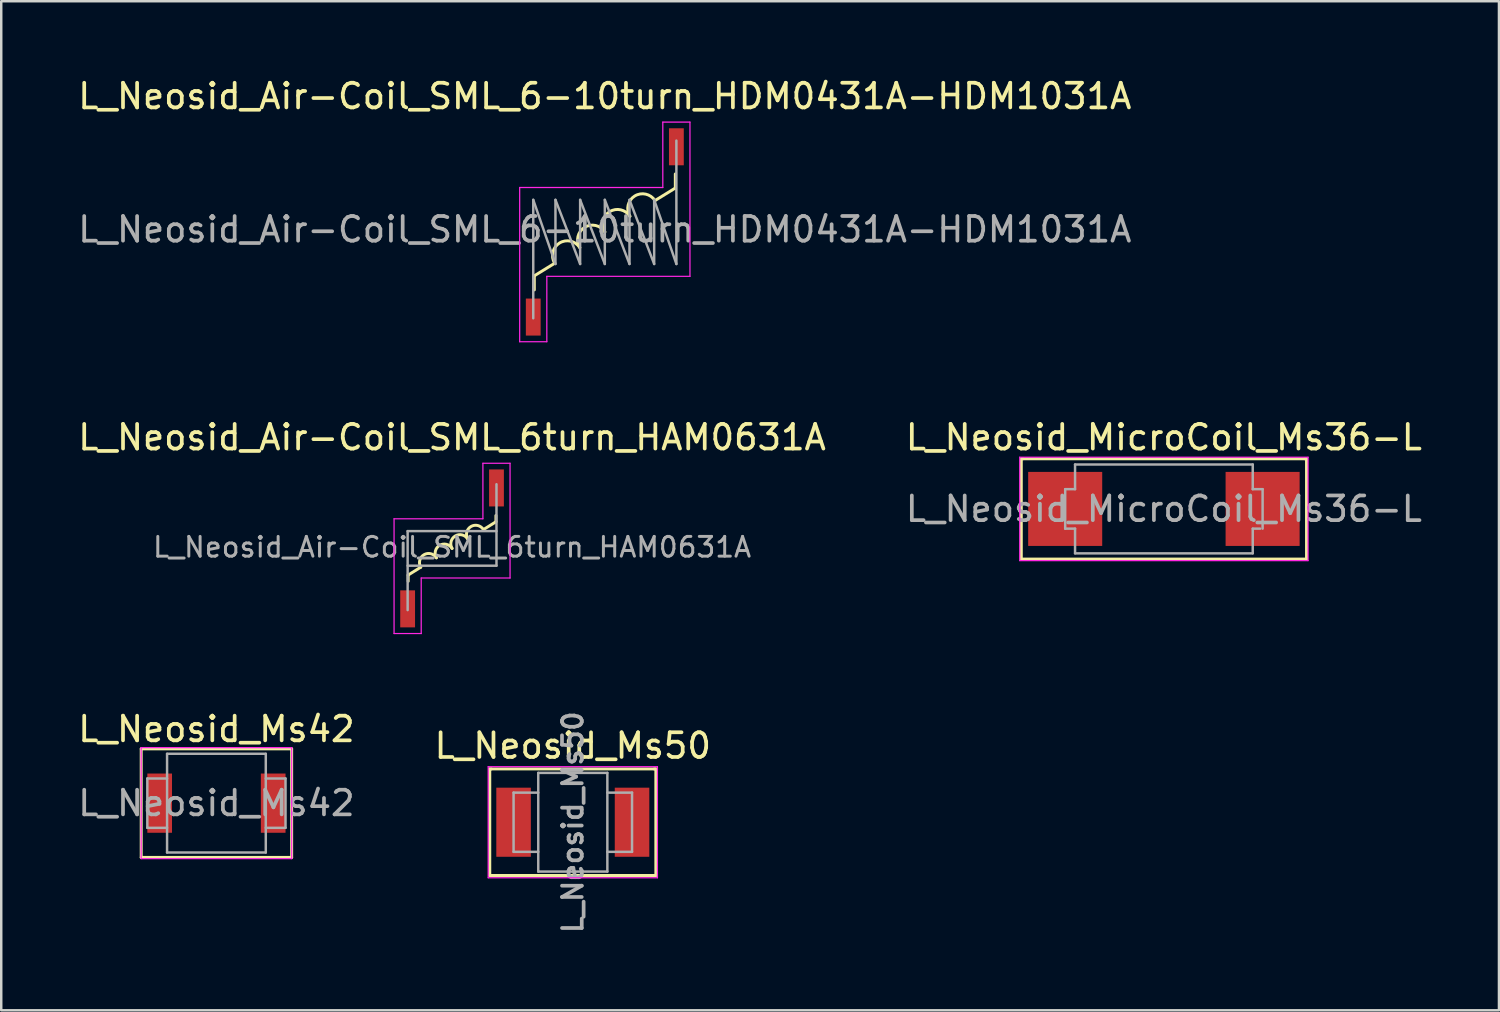
<source format=kicad_pcb>
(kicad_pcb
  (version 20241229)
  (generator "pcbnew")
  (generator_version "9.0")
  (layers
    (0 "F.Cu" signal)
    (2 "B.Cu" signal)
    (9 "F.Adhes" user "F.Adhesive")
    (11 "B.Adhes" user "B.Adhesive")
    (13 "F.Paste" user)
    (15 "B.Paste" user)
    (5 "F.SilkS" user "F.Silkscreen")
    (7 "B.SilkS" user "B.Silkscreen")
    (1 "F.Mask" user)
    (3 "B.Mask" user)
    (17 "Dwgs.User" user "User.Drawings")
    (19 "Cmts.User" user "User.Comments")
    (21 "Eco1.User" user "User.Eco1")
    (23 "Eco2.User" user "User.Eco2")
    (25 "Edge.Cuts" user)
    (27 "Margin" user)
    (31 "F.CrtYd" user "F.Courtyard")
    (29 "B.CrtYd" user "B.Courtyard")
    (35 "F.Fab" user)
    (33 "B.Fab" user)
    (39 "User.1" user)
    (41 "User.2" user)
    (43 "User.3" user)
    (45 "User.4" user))
  (footprint "L_Neosid_Ms50"
    (layer "F.Cu")
    (at 20.161 30.268)
    (property "Reference" "L_Neosid_Ms50" (at 0 -3.1 0) (layer "F.SilkS") (effects (font (size 1 1) (thickness 0.15))))
    (attr smd)
    (fp_line (start -3.365 -2.159) (end -3.302 -2.159) (stroke (width 0.12) (type solid)) (layer "F.SilkS"))
    (fp_line (start -3.365 2.159) (end -3.365 -2.159) (stroke (width 0.12) (type solid)) (layer "F.SilkS"))
    (fp_line (start -3.302 -2.159) (end 3.302 -2.159) (stroke (width 0.12) (type solid)) (layer "F.SilkS"))
    (fp_line (start 3.302 -2.159) (end 3.365 -2.159) (stroke (width 0.12) (type solid)) (layer "F.SilkS"))
    (fp_line (start 3.365 -2.159) (end 3.365 2.159) (stroke (width 0.12) (type solid)) (layer "F.SilkS"))
    (fp_line (start 3.365 2.159) (end -3.365 2.159) (stroke (width 0.12) (type solid)) (layer "F.SilkS"))
    (fp_line (start -3.429 -2.25) (end -3.429 2.25) (stroke (width 0.05) (type solid)) (layer "F.CrtYd"))
    (fp_line (start -3.429 -2.25) (end 3.429 -2.25) (stroke (width 0.05) (type solid)) (layer "F.CrtYd"))
    (fp_line (start 3.429 2.25) (end -3.429 2.25) (stroke (width 0.05) (type solid)) (layer "F.CrtYd"))
    (fp_line (start 3.429 2.25) (end 3.429 -2.25) (stroke (width 0.05) (type solid)) (layer "F.CrtYd"))
    (fp_line (start -2.4 -1.2) (end -2.4 1.2) (stroke (width 0.1) (type solid)) (layer "F.Fab"))
    (fp_line (start -2.4 -1.2) (end -1.4 -1.2) (stroke (width 0.1) (type solid)) (layer "F.Fab"))
    (fp_line (start -2.4 1.2) (end -1.4 1.2) (stroke (width 0.1) (type solid)) (layer "F.Fab"))
    (fp_line (start -1.4 -2) (end -1.4 2) (stroke (width 0.1) (type solid)) (layer "F.Fab"))
    (fp_line (start -1.4 2) (end 1.4 2) (stroke (width 0.1) (type solid)) (layer "F.Fab"))
    (fp_line (start 1.4 -2) (end -1.4 -2) (stroke (width 0.1) (type solid)) (layer "F.Fab"))
    (fp_line (start 1.4 1.2) (end 2.4 1.2) (stroke (width 0.1) (type solid)) (layer "F.Fab"))
    (fp_line (start 1.4 2) (end 1.4 -2) (stroke (width 0.1) (type solid)) (layer "F.Fab"))
    (fp_line (start 2.4 -1.2) (end 1.4 -1.2) (stroke (width 0.1) (type solid)) (layer "F.Fab"))
    (fp_line (start 2.4 1.2) (end 2.4 -1.2) (stroke (width 0.1) (type solid)) (layer "F.Fab"))
    (fp_text user "${REFERENCE}" (at 0 0 90) (layer "F.Fab") (effects (font (size 0.8 0.8) (thickness 0.15))))
    (pad "1" smd rect (at -2.4 0) (size 1.4 2.8) (layers "F.Cu" "F.Mask" "F.Paste"))
    (pad "2" smd rect (at 2.4 0) (size 1.4 2.8) (layers "F.Cu" "F.Mask" "F.Paste")))
  (footprint "L_Neosid_Air-Coil_SML_6turn_HAM0631A"
    (layer "F.Cu")
    (at 15.268 19.172)
    (property "Reference" "L_Neosid_Air-Coil_SML_6turn_HAM0631A" (at 0 -4.5 0) (layer "F.SilkS") (effects (font (size 1 1) (thickness 0.15))))
    (attr smd)
    (fp_line (start -1.778 1.079) (end -1.778 1.333) (stroke (width 0.12) (type solid)) (layer "F.SilkS"))
    (fp_line (start -1.778 1.079) (end -1.27 0.762) (stroke (width 0.12) (type solid)) (layer "F.SilkS"))
    (fp_line (start 1.778 -1.079) (end 1.27 -0.762) (stroke (width 0.12) (type solid)) (layer "F.SilkS"))
    (fp_line (start 1.778 -1.079) (end 1.778 -1.333) (stroke (width 0.12) (type solid)) (layer "F.SilkS"))
    (fp_arc (start -1.269998 0.761998) (mid -1.142998 0.254) (end -0.635 0.381) (stroke (width 0.12) (type solid)) (layer "F.SilkS"))
    (fp_arc (start -0.634998 0.380998) (mid -0.507998 -0.127) (end 0 0) (stroke (width 0.12) (type solid)) (layer "F.SilkS"))
    (fp_arc (start 0.000002 -0.000002) (mid 0.127002 -0.508) (end 0.635 -0.381) (stroke (width 0.12) (type solid)) (layer "F.SilkS"))
    (fp_arc (start 0.635002 -0.381002) (mid 0.762002 -0.889) (end 1.27 -0.762) (stroke (width 0.12) (type solid)) (layer "F.SilkS"))
    (fp_line (start -2.35 -1.2) (end -2.35 3.45) (stroke (width 0.05) (type solid)) (layer "F.CrtYd"))
    (fp_line (start -2.35 3.45) (end -1.25 3.45) (stroke (width 0.05) (type solid)) (layer "F.CrtYd"))
    (fp_line (start -1.25 1.2) (end 2.35 1.2) (stroke (width 0.05) (type solid)) (layer "F.CrtYd"))
    (fp_line (start -1.25 3.45) (end -1.25 1.2) (stroke (width 0.05) (type solid)) (layer "F.CrtYd"))
    (fp_line (start 1.25 -3.45) (end 1.25 -1.2) (stroke (width 0.05) (type solid)) (layer "F.CrtYd"))
    (fp_line (start 1.25 -1.2) (end -2.35 -1.2) (stroke (width 0.05) (type solid)) (layer "F.CrtYd"))
    (fp_line (start 2.35 -3.45) (end 1.25 -3.45) (stroke (width 0.05) (type solid)) (layer "F.CrtYd"))
    (fp_line (start 2.35 1.2) (end 2.35 -3.45) (stroke (width 0.05) (type solid)) (layer "F.CrtYd"))
    (fp_line (start -1.8 -0.7) (end 1.8 -0.7) (stroke (width 0.1) (type solid)) (layer "F.Fab"))
    (fp_line (start -1.8 0.7) (end 1.8 0.7) (stroke (width 0.1) (type solid)) (layer "F.Fab"))
    (fp_line (start -1.8 2.5) (end -1.8 -0.7) (stroke (width 0.1) (type solid)) (layer "F.Fab"))
    (fp_line (start 1.8 0.7) (end 1.8 -2.6) (stroke (width 0.1) (type solid)) (layer "F.Fab"))
    (fp_text user "${REFERENCE}" (at 0 -0.05 0) (layer "F.Fab") (effects (font (size 0.8 0.8) (thickness 0.12))))
    (pad "1" smd rect (at -1.8 2.45) (size 0.6 1.5) (layers "F.Cu" "F.Mask" "F.Paste"))
    (pad "2" smd rect (at 1.8 -2.45) (size 0.6 1.5) (layers "F.Cu" "F.Mask" "F.Paste")))
  (footprint "L_Neosid_Ms42"
    (layer "F.Cu")
    (at 5.72 29.495)
    (property "Reference" "L_Neosid_Ms42" (at 0 -3 0) (layer "F.SilkS") (effects (font (size 1 1) (thickness 0.15))))
    (attr smd)
    (fp_line (start -3.048 -2.2) (end -3.048 2.2) (stroke (width 0.12) (type solid)) (layer "F.SilkS"))
    (fp_line (start 3.048 -2.2) (end -3.048 -2.2) (stroke (width 0.12) (type solid)) (layer "F.SilkS"))
    (fp_line (start 3.048 -2.2) (end 3.048 2.2) (stroke (width 0.12) (type solid)) (layer "F.SilkS"))
    (fp_line (start 3.048 2.2) (end -3.048 2.2) (stroke (width 0.12) (type solid)) (layer "F.SilkS"))
    (fp_line (start -3.05 -2.25) (end -3.05 2.25) (stroke (width 0.05) (type solid)) (layer "F.CrtYd"))
    (fp_line (start -3.05 -2.25) (end 3.05 -2.25) (stroke (width 0.05) (type solid)) (layer "F.CrtYd"))
    (fp_line (start 3.05 2.25) (end -3.05 2.25) (stroke (width 0.05) (type solid)) (layer "F.CrtYd"))
    (fp_line (start 3.05 2.25) (end 3.05 -2.25) (stroke (width 0.05) (type solid)) (layer "F.CrtYd"))
    (fp_line (start -2.8 -1) (end -2 -1) (stroke (width 0.1) (type solid)) (layer "F.Fab"))
    (fp_line (start -2.8 1) (end -2.8 -1) (stroke (width 0.1) (type solid)) (layer "F.Fab"))
    (fp_line (start -2 -2) (end 2 -2) (stroke (width 0.1) (type solid)) (layer "F.Fab"))
    (fp_line (start -2 1) (end -2.8 1) (stroke (width 0.1) (type solid)) (layer "F.Fab"))
    (fp_line (start -2 2) (end -2 -2) (stroke (width 0.1) (type solid)) (layer "F.Fab"))
    (fp_line (start 2 -2) (end 2 2) (stroke (width 0.1) (type solid)) (layer "F.Fab"))
    (fp_line (start 2 -1) (end 2.8 -1) (stroke (width 0.1) (type solid)) (layer "F.Fab"))
    (fp_line (start 2 2) (end -2 2) (stroke (width 0.1) (type solid)) (layer "F.Fab"))
    (fp_line (start 2.8 -1) (end 2.8 1) (stroke (width 0.1) (type solid)) (layer "F.Fab"))
    (fp_line (start 2.8 1) (end 2 1) (stroke (width 0.1) (type solid)) (layer "F.Fab"))
    (fp_text user "${REFERENCE}" (at 0 0 0) (layer "F.Fab") (effects (font (size 1 1) (thickness 0.15))))
    (pad "1" smd rect (at -2.3 0) (size 1 2.4) (layers "F.Cu" "F.Mask" "F.Paste"))
    (pad "2" smd rect (at 2.3 0) (size 1 2.4) (layers "F.Cu" "F.Mask" "F.Paste")))
  (footprint "L_Neosid_Air-Coil_SML_6-10turn_HDM0431A-HDM1031A"
    (layer "F.Cu")
    (at 21.458 6.348)
    (property "Reference" "L_Neosid_Air-Coil_SML_6-10turn_HDM0431A-HDM1031A" (at 0 -5.5 0) (layer "F.SilkS") (effects (font (size 1 1) (thickness 0.15))))
    (attr smd)
    (fp_line (start -2.857 1.778) (end -2.857 2.349) (stroke (width 0.12) (type solid)) (layer "F.SilkS"))
    (fp_line (start -2.857 1.778) (end -2.032 1.27) (stroke (width 0.12) (type solid)) (layer "F.SilkS"))
    (fp_line (start 2.857 -1.778) (end 2.032 -1.27) (stroke (width 0.12) (type solid)) (layer "F.SilkS"))
    (fp_line (start 2.857 -1.778) (end 2.857 -2.349) (stroke (width 0.12) (type solid)) (layer "F.SilkS"))
    (fp_arc (start -2.031998 1.269998) (mid -1.841498 0.4445) (end -1.016 0.635) (stroke (width 0.12) (type solid)) (layer "F.SilkS"))
    (fp_arc (start -1.015998 0.634998) (mid -0.825498 -0.1905) (end 0 0) (stroke (width 0.12) (type solid)) (layer "F.SilkS"))
    (fp_arc (start 0.000002 -0.000002) (mid 0.190502 -0.8255) (end 1.016 -0.635) (stroke (width 0.12) (type solid)) (layer "F.SilkS"))
    (fp_arc (start 1.016002 -0.635002) (mid 1.206502 -1.4605) (end 2.032 -1.27) (stroke (width 0.12) (type solid)) (layer "F.SilkS"))
    (fp_line (start -3.45 -1.8) (end -3.45 4.45) (stroke (width 0.05) (type solid)) (layer "F.CrtYd"))
    (fp_line (start -3.45 4.45) (end -2.35 4.45) (stroke (width 0.05) (type solid)) (layer "F.CrtYd"))
    (fp_line (start -2.35 1.8) (end 3.45 1.8) (stroke (width 0.05) (type solid)) (layer "F.CrtYd"))
    (fp_line (start -2.35 4.45) (end -2.35 1.8) (stroke (width 0.05) (type solid)) (layer "F.CrtYd"))
    (fp_line (start 2.35 -4.45) (end 2.35 -1.8) (stroke (width 0.05) (type solid)) (layer "F.CrtYd"))
    (fp_line (start 2.35 -1.8) (end -3.45 -1.8) (stroke (width 0.05) (type solid)) (layer "F.CrtYd"))
    (fp_line (start 3.45 -4.45) (end 2.35 -4.45) (stroke (width 0.05) (type solid)) (layer "F.CrtYd"))
    (fp_line (start 3.45 1.8) (end 3.45 -4.45) (stroke (width 0.05) (type solid)) (layer "F.CrtYd"))
    (fp_line (start -2.9 -1.3) (end -2 1.3) (stroke (width 0.1) (type solid)) (layer "F.Fab"))
    (fp_line (start -2.9 3.5) (end -2.9 -1.3) (stroke (width 0.1) (type solid)) (layer "F.Fab"))
    (fp_line (start -2 -1.3) (end -1 1.3) (stroke (width 0.1) (type solid)) (layer "F.Fab"))
    (fp_line (start -2 1.3) (end -2 -1.3) (stroke (width 0.1) (type solid)) (layer "F.Fab"))
    (fp_line (start -1 -1.3) (end 0 1.3) (stroke (width 0.1) (type solid)) (layer "F.Fab"))
    (fp_line (start -1 1.3) (end -1 -1.3) (stroke (width 0.1) (type solid)) (layer "F.Fab"))
    (fp_line (start 0 -1.3) (end 1 1.3) (stroke (width 0.1) (type solid)) (layer "F.Fab"))
    (fp_line (start 0 1.3) (end 0 -1.3) (stroke (width 0.1) (type solid)) (layer "F.Fab"))
    (fp_line (start 1 -1.3) (end 2 1.3) (stroke (width 0.1) (type solid)) (layer "F.Fab"))
    (fp_line (start 1 1.3) (end 1 -1.3) (stroke (width 0.1) (type solid)) (layer "F.Fab"))
    (fp_line (start 2 -1.3) (end 2.9 1.3) (stroke (width 0.1) (type solid)) (layer "F.Fab"))
    (fp_line (start 2 1.3) (end 2 -1.3) (stroke (width 0.1) (type solid)) (layer "F.Fab"))
    (fp_line (start 2.9 1.3) (end 2.9 -3.7) (stroke (width 0.1) (type solid)) (layer "F.Fab"))
    (fp_text user "${REFERENCE}" (at 0 -0.1 0) (layer "F.Fab") (effects (font (size 1 1) (thickness 0.15))))
    (pad "1" smd rect (at -2.9 3.45) (size 0.6 1.5) (layers "F.Cu" "F.Mask" "F.Paste"))
    (pad "2" smd rect (at 2.9 -3.45) (size 0.6 1.5) (layers "F.Cu" "F.Mask" "F.Paste")))
  (footprint "L_Neosid_MicroCoil_Ms36-L"
    (layer "F.Cu")
    (at 44.113 17.572)
    (property "Reference" "L_Neosid_MicroCoil_Ms36-L" (at 0 -2.9 0) (layer "F.SilkS") (effects (font (size 1 1) (thickness 0.15))))
    (attr smd)
    (fp_line (start -5.779 -2.032) (end -5.715 -2.032) (stroke (width 0.12) (type solid)) (layer "F.SilkS"))
    (fp_line (start -5.779 2.032) (end -5.779 -2.032) (stroke (width 0.12) (type solid)) (layer "F.SilkS"))
    (fp_line (start -5.715 -2.032) (end 5.715 -2.032) (stroke (width 0.12) (type solid)) (layer "F.SilkS"))
    (fp_line (start 5.715 -2.032) (end 5.779 -2.032) (stroke (width 0.12) (type solid)) (layer "F.SilkS"))
    (fp_line (start 5.779 -2.032) (end 5.779 2.032) (stroke (width 0.12) (type solid)) (layer "F.SilkS"))
    (fp_line (start 5.779 2.032) (end -5.779 2.032) (stroke (width 0.12) (type solid)) (layer "F.SilkS"))
    (fp_line (start -5.842 -2.095) (end -5.842 2.095) (stroke (width 0.05) (type solid)) (layer "F.CrtYd"))
    (fp_line (start -5.842 -2.095) (end 5.842 -2.095) (stroke (width 0.05) (type solid)) (layer "F.CrtYd"))
    (fp_line (start 5.842 2.095) (end -5.842 2.095) (stroke (width 0.05) (type solid)) (layer "F.CrtYd"))
    (fp_line (start 5.842 2.095) (end 5.842 -2.095) (stroke (width 0.05) (type solid)) (layer "F.CrtYd"))
    (fp_line (start -4 -0.8) (end -3.6 -0.8) (stroke (width 0.1) (type solid)) (layer "F.Fab"))
    (fp_line (start -4 0.8) (end -4 -0.8) (stroke (width 0.1) (type solid)) (layer "F.Fab"))
    (fp_line (start -4 0.8) (end -3.6 0.8) (stroke (width 0.1) (type solid)) (layer "F.Fab"))
    (fp_line (start -3.6 -1.8) (end 3.6 -1.8) (stroke (width 0.1) (type solid)) (layer "F.Fab"))
    (fp_line (start -3.6 -0.8) (end -3.6 -1.8) (stroke (width 0.1) (type solid)) (layer "F.Fab"))
    (fp_line (start -3.6 1.8) (end -3.6 0.8) (stroke (width 0.1) (type solid)) (layer "F.Fab"))
    (fp_line (start 3.6 -0.8) (end 3.6 -1.8) (stroke (width 0.1) (type solid)) (layer "F.Fab"))
    (fp_line (start 3.6 0.8) (end 3.9 0.8) (stroke (width 0.1) (type solid)) (layer "F.Fab"))
    (fp_line (start 3.6 1.8) (end -3.6 1.8) (stroke (width 0.1) (type solid)) (layer "F.Fab"))
    (fp_line (start 3.6 1.8) (end 3.6 0.8) (stroke (width 0.1) (type solid)) (layer "F.Fab"))
    (fp_line (start 4 -0.8) (end 3.6 -0.8) (stroke (width 0.1) (type solid)) (layer "F.Fab"))
    (fp_line (start 4 -0.8) (end 4 0.8) (stroke (width 0.1) (type solid)) (layer "F.Fab"))
    (fp_text user "${REFERENCE}" (at 0 0 0) (layer "F.Fab") (effects (font (size 1 1) (thickness 0.15))))
    (pad "1" smd rect (at -4 0) (size 3 3) (layers "F.Cu" "F.Mask" "F.Paste"))
    (pad "2" smd rect (at 4 0) (size 3 3) (layers "F.Cu" "F.Mask" "F.Paste")))
  (gr_rect
    (start -3 -3)
    (end 57.69 37.889)
    (stroke (width 0.1) (type default))
    (fill no)
    (layer "Edge.Cuts")))
</source>
